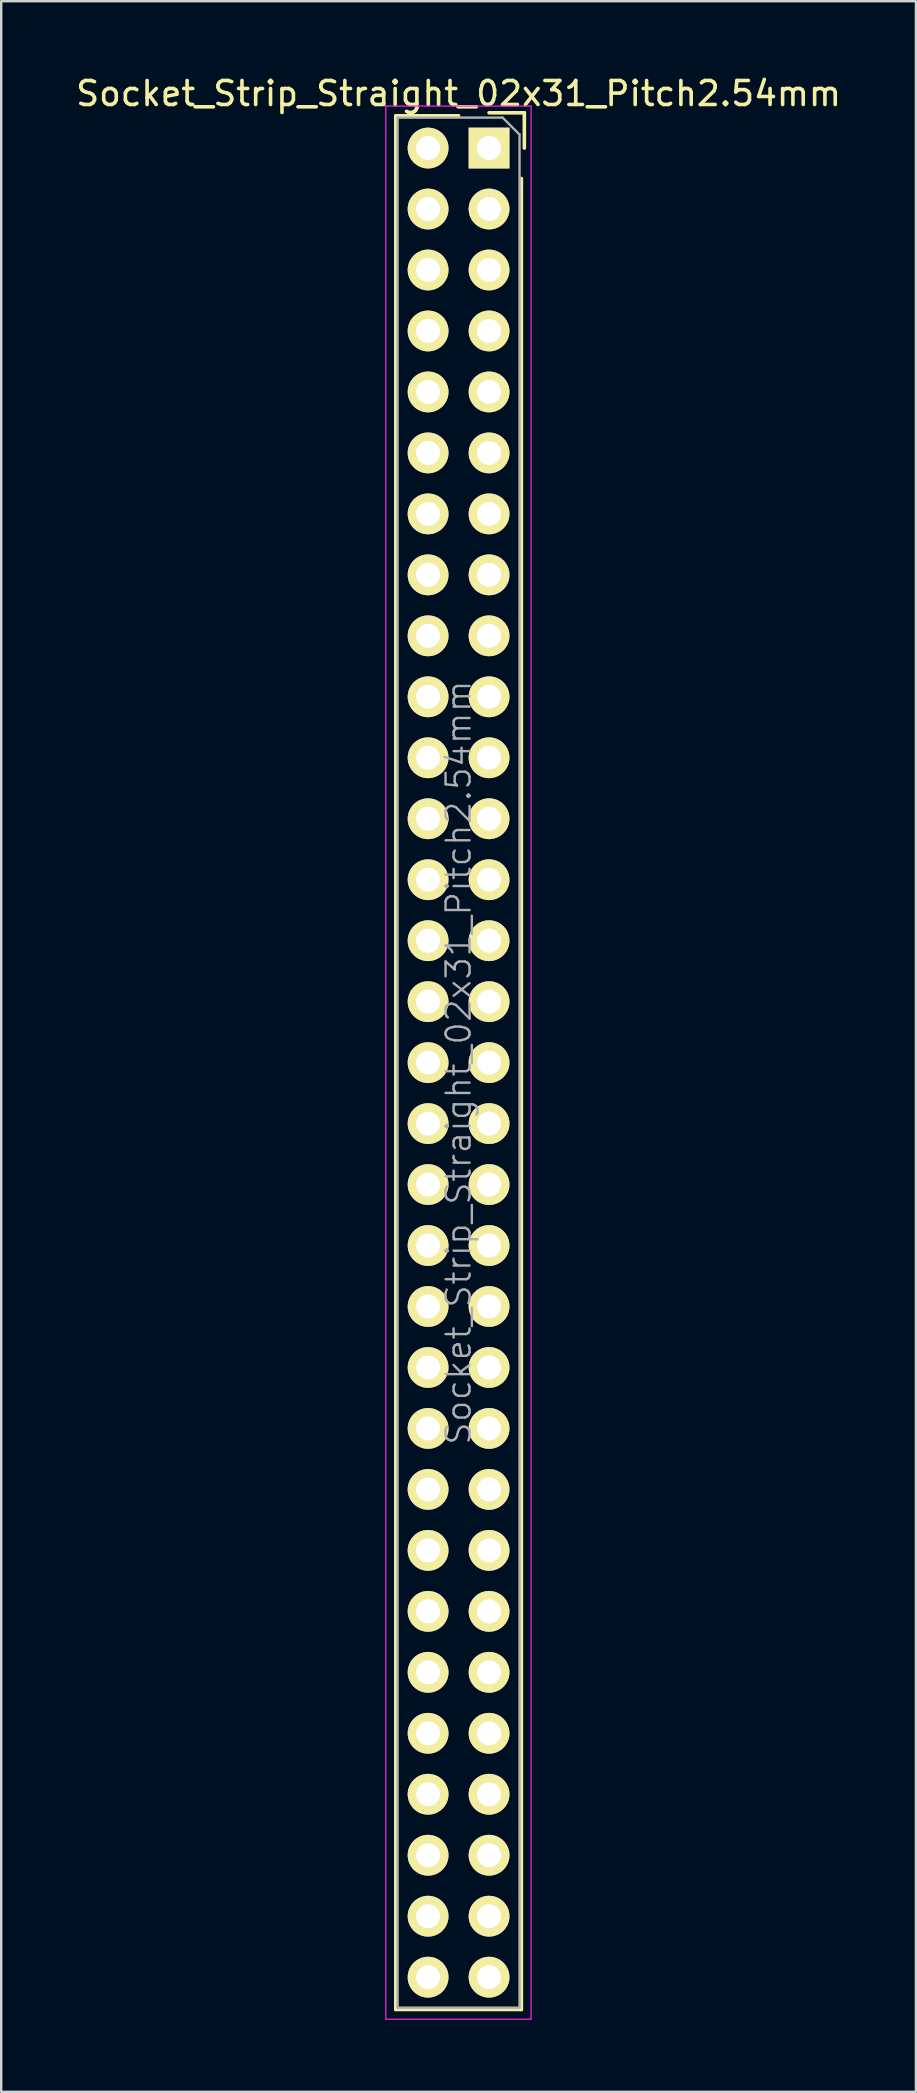
<source format=kicad_pcb>
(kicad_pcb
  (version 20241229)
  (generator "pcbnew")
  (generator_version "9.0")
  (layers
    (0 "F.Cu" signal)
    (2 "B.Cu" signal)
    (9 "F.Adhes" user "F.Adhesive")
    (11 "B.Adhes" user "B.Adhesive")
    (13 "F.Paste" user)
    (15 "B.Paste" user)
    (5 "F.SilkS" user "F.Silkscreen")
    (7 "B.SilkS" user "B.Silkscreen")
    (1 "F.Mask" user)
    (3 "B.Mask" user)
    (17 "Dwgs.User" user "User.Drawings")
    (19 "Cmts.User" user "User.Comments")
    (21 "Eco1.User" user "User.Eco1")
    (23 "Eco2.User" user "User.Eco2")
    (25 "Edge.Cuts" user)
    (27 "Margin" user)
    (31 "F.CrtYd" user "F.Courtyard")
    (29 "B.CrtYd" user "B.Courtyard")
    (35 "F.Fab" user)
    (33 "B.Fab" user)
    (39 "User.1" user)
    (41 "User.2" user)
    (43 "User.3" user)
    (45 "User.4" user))
  (footprint "Socket_Strip_Straight_02x31_Pitch2.54mm"
    (layer "F.Cu")
    (at 17.324 3.118)
    (property "Reference" "Socket_Strip_Straight_02x31_Pitch2.54mm" (at -1.27 -2.27 0) (layer "F.SilkS") (effects (font (size 1 1) (thickness 0.15))))
    (attr smd)
    (fp_line (start -3.885 -1.345) (end -3.885 77.545) (stroke (width 0.15) (type solid)) (layer "F.SilkS"))
    (fp_line (start -1.27 -1.345) (end -3.885 -1.345) (stroke (width 0.15) (type solid)) (layer "F.SilkS"))
    (fp_line (start 1.345 1.27) (end 1.345 77.545) (stroke (width 0.15) (type solid)) (layer "F.SilkS"))
    (fp_line (start 1.345 77.545) (end -3.885 77.545) (stroke (width 0.15) (type solid)) (layer "F.SilkS"))
    (fp_line (start 1.47 -1.47) (end 0 -1.47) (stroke (width 0.15) (type solid)) (layer "F.SilkS"))
    (fp_line (start 1.47 -1.47) (end 1.47 0) (stroke (width 0.15) (type solid)) (layer "F.SilkS"))
    (fp_line (start -4.3 -1.75) (end -4.3 77.95) (stroke (width 0.05) (type solid)) (layer "F.CrtYd"))
    (fp_line (start 1.75 -1.75) (end -4.3 -1.75) (stroke (width 0.05) (type solid)) (layer "F.CrtYd"))
    (fp_line (start 1.75 -1.75) (end 1.75 77.95) (stroke (width 0.05) (type solid)) (layer "F.CrtYd"))
    (fp_line (start 1.75 77.95) (end -4.3 77.95) (stroke (width 0.05) (type solid)) (layer "F.CrtYd"))
    (fp_line (start -3.81 -1.27) (end 0.563 -1.27) (stroke (width 0.1) (type solid)) (layer "F.Fab"))
    (fp_line (start -3.81 77.47) (end -3.81 -1.27) (stroke (width 0.1) (type solid)) (layer "F.Fab"))
    (fp_line (start -3.81 77.47) (end 1.27 77.47) (stroke (width 0.1) (type solid)) (layer "F.Fab"))
    (fp_line (start 1.27 -0.563) (end 0.563 -1.27) (stroke (width 0.1) (type solid)) (layer "F.Fab"))
    (fp_line (start 1.27 77.47) (end 1.27 -0.563) (stroke (width 0.1) (type solid)) (layer "F.Fab"))
    (fp_text user "${REFERENCE}" (at -1.27 38.1 90) (layer "F.Fab") (effects (font (size 1 1) (thickness 0.1))))
    (pad "1" thru_hole rect (at 0 0) (size 1.7 1.7) (drill 1) (layers "*.Cu" "*.Mask" "F.SilkS"))
    (pad "2" thru_hole oval (at -2.54 0) (size 1.7 1.7) (drill 1) (layers "*.Cu" "*.Mask" "F.SilkS"))
    (pad "3" thru_hole oval (at 0 2.54) (size 1.7 1.7) (drill 1) (layers "*.Cu" "*.Mask" "F.SilkS"))
    (pad "4" thru_hole oval (at -2.54 2.54) (size 1.7 1.7) (drill 1) (layers "*.Cu" "*.Mask" "F.SilkS"))
    (pad "5" thru_hole oval (at 0 5.08) (size 1.7 1.7) (drill 1) (layers "*.Cu" "*.Mask" "F.SilkS"))
    (pad "6" thru_hole oval (at -2.54 5.08) (size 1.7 1.7) (drill 1) (layers "*.Cu" "*.Mask" "F.SilkS"))
    (pad "7" thru_hole oval (at 0 7.62) (size 1.7 1.7) (drill 1) (layers "*.Cu" "*.Mask" "F.SilkS"))
    (pad "8" thru_hole oval (at -2.54 7.62) (size 1.7 1.7) (drill 1) (layers "*.Cu" "*.Mask" "F.SilkS"))
    (pad "9" thru_hole oval (at 0 10.16) (size 1.7 1.7) (drill 1) (layers "*.Cu" "*.Mask" "F.SilkS"))
    (pad "10" thru_hole oval (at -2.54 10.16) (size 1.7 1.7) (drill 1) (layers "*.Cu" "*.Mask" "F.SilkS"))
    (pad "11" thru_hole oval (at 0 12.7) (size 1.7 1.7) (drill 1) (layers "*.Cu" "*.Mask" "F.SilkS"))
    (pad "12" thru_hole oval (at -2.54 12.7) (size 1.7 1.7) (drill 1) (layers "*.Cu" "*.Mask" "F.SilkS"))
    (pad "13" thru_hole oval (at 0 15.24) (size 1.7 1.7) (drill 1) (layers "*.Cu" "*.Mask" "F.SilkS"))
    (pad "14" thru_hole oval (at -2.54 15.24) (size 1.7 1.7) (drill 1) (layers "*.Cu" "*.Mask" "F.SilkS"))
    (pad "15" thru_hole oval (at 0 17.78) (size 1.7 1.7) (drill 1) (layers "*.Cu" "*.Mask" "F.SilkS"))
    (pad "16" thru_hole oval (at -2.54 17.78) (size 1.7 1.7) (drill 1) (layers "*.Cu" "*.Mask" "F.SilkS"))
    (pad "17" thru_hole oval (at 0 20.32) (size 1.7 1.7) (drill 1) (layers "*.Cu" "*.Mask" "F.SilkS"))
    (pad "18" thru_hole oval (at -2.54 20.32) (size 1.7 1.7) (drill 1) (layers "*.Cu" "*.Mask" "F.SilkS"))
    (pad "19" thru_hole oval (at 0 22.86) (size 1.7 1.7) (drill 1) (layers "*.Cu" "*.Mask" "F.SilkS"))
    (pad "20" thru_hole oval (at -2.54 22.86) (size 1.7 1.7) (drill 1) (layers "*.Cu" "*.Mask" "F.SilkS"))
    (pad "21" thru_hole oval (at 0 25.4) (size 1.7 1.7) (drill 1) (layers "*.Cu" "*.Mask" "F.SilkS"))
    (pad "22" thru_hole oval (at -2.54 25.4) (size 1.7 1.7) (drill 1) (layers "*.Cu" "*.Mask" "F.SilkS"))
    (pad "23" thru_hole oval (at 0 27.94) (size 1.7 1.7) (drill 1) (layers "*.Cu" "*.Mask" "F.SilkS"))
    (pad "24" thru_hole oval (at -2.54 27.94) (size 1.7 1.7) (drill 1) (layers "*.Cu" "*.Mask" "F.SilkS"))
    (pad "25" thru_hole oval (at 0 30.48) (size 1.7 1.7) (drill 1) (layers "*.Cu" "*.Mask" "F.SilkS"))
    (pad "26" thru_hole oval (at -2.54 30.48) (size 1.7 1.7) (drill 1) (layers "*.Cu" "*.Mask" "F.SilkS"))
    (pad "27" thru_hole oval (at 0 33.02) (size 1.7 1.7) (drill 1) (layers "*.Cu" "*.Mask" "F.SilkS"))
    (pad "28" thru_hole oval (at -2.54 33.02) (size 1.7 1.7) (drill 1) (layers "*.Cu" "*.Mask" "F.SilkS"))
    (pad "29" thru_hole oval (at 0 35.56) (size 1.7 1.7) (drill 1) (layers "*.Cu" "*.Mask" "F.SilkS"))
    (pad "30" thru_hole oval (at -2.54 35.56) (size 1.7 1.7) (drill 1) (layers "*.Cu" "*.Mask" "F.SilkS"))
    (pad "31" thru_hole oval (at 0 38.1) (size 1.7 1.7) (drill 1) (layers "*.Cu" "*.Mask" "F.SilkS"))
    (pad "32" thru_hole oval (at -2.54 38.1) (size 1.7 1.7) (drill 1) (layers "*.Cu" "*.Mask" "F.SilkS"))
    (pad "33" thru_hole oval (at 0 40.64) (size 1.7 1.7) (drill 1) (layers "*.Cu" "*.Mask" "F.SilkS"))
    (pad "34" thru_hole oval (at -2.54 40.64) (size 1.7 1.7) (drill 1) (layers "*.Cu" "*.Mask" "F.SilkS"))
    (pad "35" thru_hole oval (at 0 43.18) (size 1.7 1.7) (drill 1) (layers "*.Cu" "*.Mask" "F.SilkS"))
    (pad "36" thru_hole oval (at -2.54 43.18) (size 1.7 1.7) (drill 1) (layers "*.Cu" "*.Mask" "F.SilkS"))
    (pad "37" thru_hole oval (at 0 45.72) (size 1.7 1.7) (drill 1) (layers "*.Cu" "*.Mask" "F.SilkS"))
    (pad "38" thru_hole oval (at -2.54 45.72) (size 1.7 1.7) (drill 1) (layers "*.Cu" "*.Mask" "F.SilkS"))
    (pad "39" thru_hole oval (at 0 48.26) (size 1.7 1.7) (drill 1) (layers "*.Cu" "*.Mask" "F.SilkS"))
    (pad "40" thru_hole oval (at -2.54 48.26) (size 1.7 1.7) (drill 1) (layers "*.Cu" "*.Mask" "F.SilkS"))
    (pad "41" thru_hole oval (at 0 50.8) (size 1.7 1.7) (drill 1) (layers "*.Cu" "*.Mask" "F.SilkS"))
    (pad "42" thru_hole oval (at -2.54 50.8) (size 1.7 1.7) (drill 1) (layers "*.Cu" "*.Mask" "F.SilkS"))
    (pad "43" thru_hole oval (at 0 53.34) (size 1.7 1.7) (drill 1) (layers "*.Cu" "*.Mask" "F.SilkS"))
    (pad "44" thru_hole oval (at -2.54 53.34) (size 1.7 1.7) (drill 1) (layers "*.Cu" "*.Mask" "F.SilkS"))
    (pad "45" thru_hole oval (at 0 55.88) (size 1.7 1.7) (drill 1) (layers "*.Cu" "*.Mask" "F.SilkS"))
    (pad "46" thru_hole oval (at -2.54 55.88) (size 1.7 1.7) (drill 1) (layers "*.Cu" "*.Mask" "F.SilkS"))
    (pad "47" thru_hole oval (at 0 58.42) (size 1.7 1.7) (drill 1) (layers "*.Cu" "*.Mask" "F.SilkS"))
    (pad "48" thru_hole oval (at -2.54 58.42) (size 1.7 1.7) (drill 1) (layers "*.Cu" "*.Mask" "F.SilkS"))
    (pad "49" thru_hole oval (at 0 60.96) (size 1.7 1.7) (drill 1) (layers "*.Cu" "*.Mask" "F.SilkS"))
    (pad "50" thru_hole oval (at -2.54 60.96) (size 1.7 1.7) (drill 1) (layers "*.Cu" "*.Mask" "F.SilkS"))
    (pad "51" thru_hole oval (at 0 63.5) (size 1.7 1.7) (drill 1) (layers "*.Cu" "*.Mask" "F.SilkS"))
    (pad "52" thru_hole oval (at -2.54 63.5) (size 1.7 1.7) (drill 1) (layers "*.Cu" "*.Mask" "F.SilkS"))
    (pad "53" thru_hole oval (at 0 66.04) (size 1.7 1.7) (drill 1) (layers "*.Cu" "*.Mask" "F.SilkS"))
    (pad "54" thru_hole oval (at -2.54 66.04) (size 1.7 1.7) (drill 1) (layers "*.Cu" "*.Mask" "F.SilkS"))
    (pad "55" thru_hole oval (at 0 68.58) (size 1.7 1.7) (drill 1) (layers "*.Cu" "*.Mask" "F.SilkS"))
    (pad "56" thru_hole oval (at -2.54 68.58) (size 1.7 1.7) (drill 1) (layers "*.Cu" "*.Mask" "F.SilkS"))
    (pad "57" thru_hole oval (at 0 71.12) (size 1.7 1.7) (drill 1) (layers "*.Cu" "*.Mask" "F.SilkS"))
    (pad "58" thru_hole oval (at -2.54 71.12) (size 1.7 1.7) (drill 1) (layers "*.Cu" "*.Mask" "F.SilkS"))
    (pad "59" thru_hole oval (at 0 73.66) (size 1.7 1.7) (drill 1) (layers "*.Cu" "*.Mask" "F.SilkS"))
    (pad "60" thru_hole oval (at -2.54 73.66) (size 1.7 1.7) (drill 1) (layers "*.Cu" "*.Mask" "F.SilkS"))
    (pad "61" thru_hole oval (at 0 76.2) (size 1.7 1.7) (drill 1) (layers "*.Cu" "*.Mask" "F.SilkS"))
    (pad "62" thru_hole oval (at -2.54 76.2) (size 1.7 1.7) (drill 1) (layers "*.Cu" "*.Mask" "F.SilkS")))
  (gr_rect
    (start -3 -3)
    (end 35.107 84.093)
    (stroke (width 0.1) (type default))
    (fill no)
    (layer "Edge.Cuts")))
</source>
